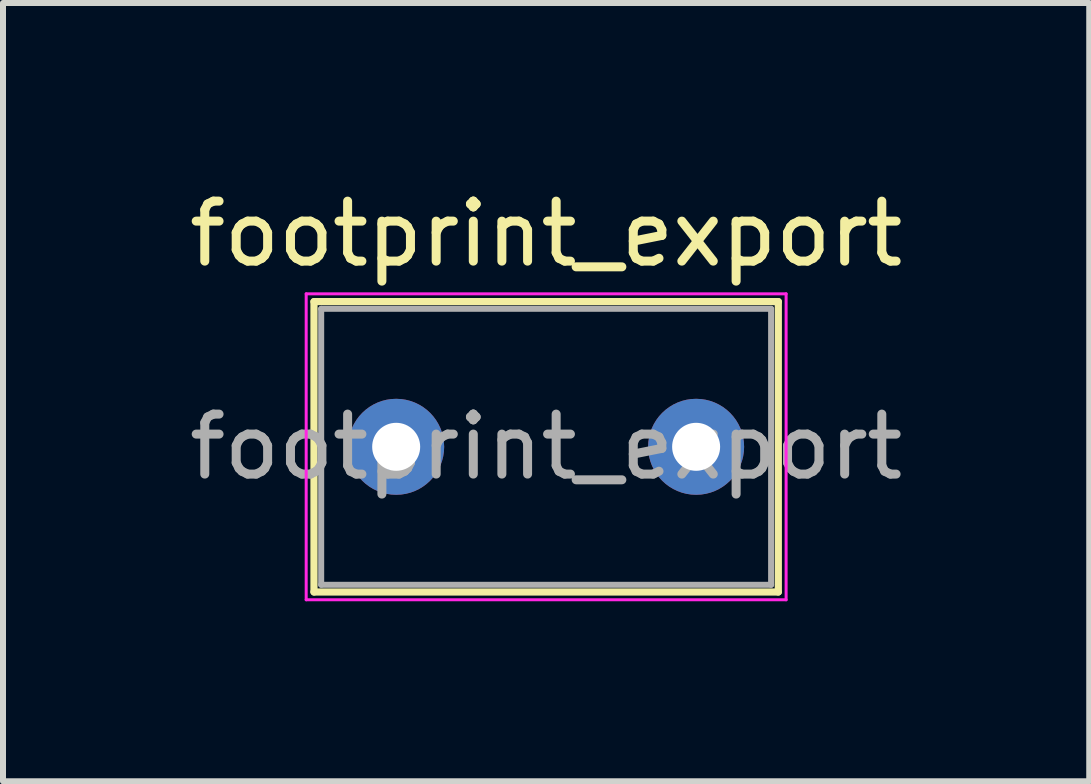
<source format=kicad_pcb>
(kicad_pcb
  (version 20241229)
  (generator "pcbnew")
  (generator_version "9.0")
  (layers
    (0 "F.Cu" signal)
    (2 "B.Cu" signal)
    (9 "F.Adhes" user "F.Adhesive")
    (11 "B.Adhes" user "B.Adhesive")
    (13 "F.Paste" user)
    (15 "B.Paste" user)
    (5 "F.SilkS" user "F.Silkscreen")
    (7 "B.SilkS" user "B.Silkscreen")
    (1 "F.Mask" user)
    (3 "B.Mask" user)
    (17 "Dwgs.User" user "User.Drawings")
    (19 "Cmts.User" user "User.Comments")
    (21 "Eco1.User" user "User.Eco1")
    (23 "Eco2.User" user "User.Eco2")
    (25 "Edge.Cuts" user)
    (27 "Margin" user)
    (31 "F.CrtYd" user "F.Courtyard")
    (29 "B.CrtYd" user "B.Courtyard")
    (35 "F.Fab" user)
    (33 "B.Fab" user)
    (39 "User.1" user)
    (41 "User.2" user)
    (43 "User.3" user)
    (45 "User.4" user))
  (footprint "footprint_export"
    (layer "F.Cu")
    (at 3.554 4.398)
    (property "Reference" "footprint_export" (at 2.5 -3.55 0) (layer "F.SilkS") (effects (font (size 1 1) (thickness 0.15))))
    (attr through_hole)
    (fp_line (start -1.37 -2.42) (end -1.37 2.42) (stroke (width 0.12) (type solid)) (layer "F.SilkS"))
    (fp_line (start -1.37 -2.42) (end 6.37 -2.42) (stroke (width 0.12) (type solid)) (layer "F.SilkS"))
    (fp_line (start -1.37 2.42) (end 6.37 2.42) (stroke (width 0.12) (type solid)) (layer "F.SilkS"))
    (fp_line (start 6.37 -2.42) (end 6.37 2.42) (stroke (width 0.12) (type solid)) (layer "F.SilkS"))
    (fp_line (start -1.5 -2.55) (end -1.5 2.55) (stroke (width 0.05) (type solid)) (layer "F.CrtYd"))
    (fp_line (start -1.5 2.55) (end 6.5 2.55) (stroke (width 0.05) (type solid)) (layer "F.CrtYd"))
    (fp_line (start 6.5 -2.55) (end -1.5 -2.55) (stroke (width 0.05) (type solid)) (layer "F.CrtYd"))
    (fp_line (start 6.5 2.55) (end 6.5 -2.55) (stroke (width 0.05) (type solid)) (layer "F.CrtYd"))
    (fp_line (start -1.25 -2.3) (end -1.25 2.3) (stroke (width 0.1) (type solid)) (layer "F.Fab"))
    (fp_line (start -1.25 2.3) (end 6.25 2.3) (stroke (width 0.1) (type solid)) (layer "F.Fab"))
    (fp_line (start 6.25 -2.3) (end -1.25 -2.3) (stroke (width 0.1) (type solid)) (layer "F.Fab"))
    (fp_line (start 6.25 2.3) (end 6.25 -2.3) (stroke (width 0.1) (type solid)) (layer "F.Fab"))
    (fp_text user "${REFERENCE}" (at 2.5 0 0) (layer "F.Fab") (effects (font (size 1 1) (thickness 0.15))))
    (pad "1" thru_hole circle (at 0 0) (size 1.6 1.6) (drill 0.8) (layers "*.Cu" "*.Mask"))
    (pad "2" thru_hole circle (at 5 0) (size 1.6 1.6) (drill 0.8) (layers "*.Cu" "*.Mask")))
  (gr_rect
    (start -3 -3)
    (end 15.107 9.973)
    (stroke (width 0.1) (type default))
    (fill no)
    (layer "Edge.Cuts")))
</source>
